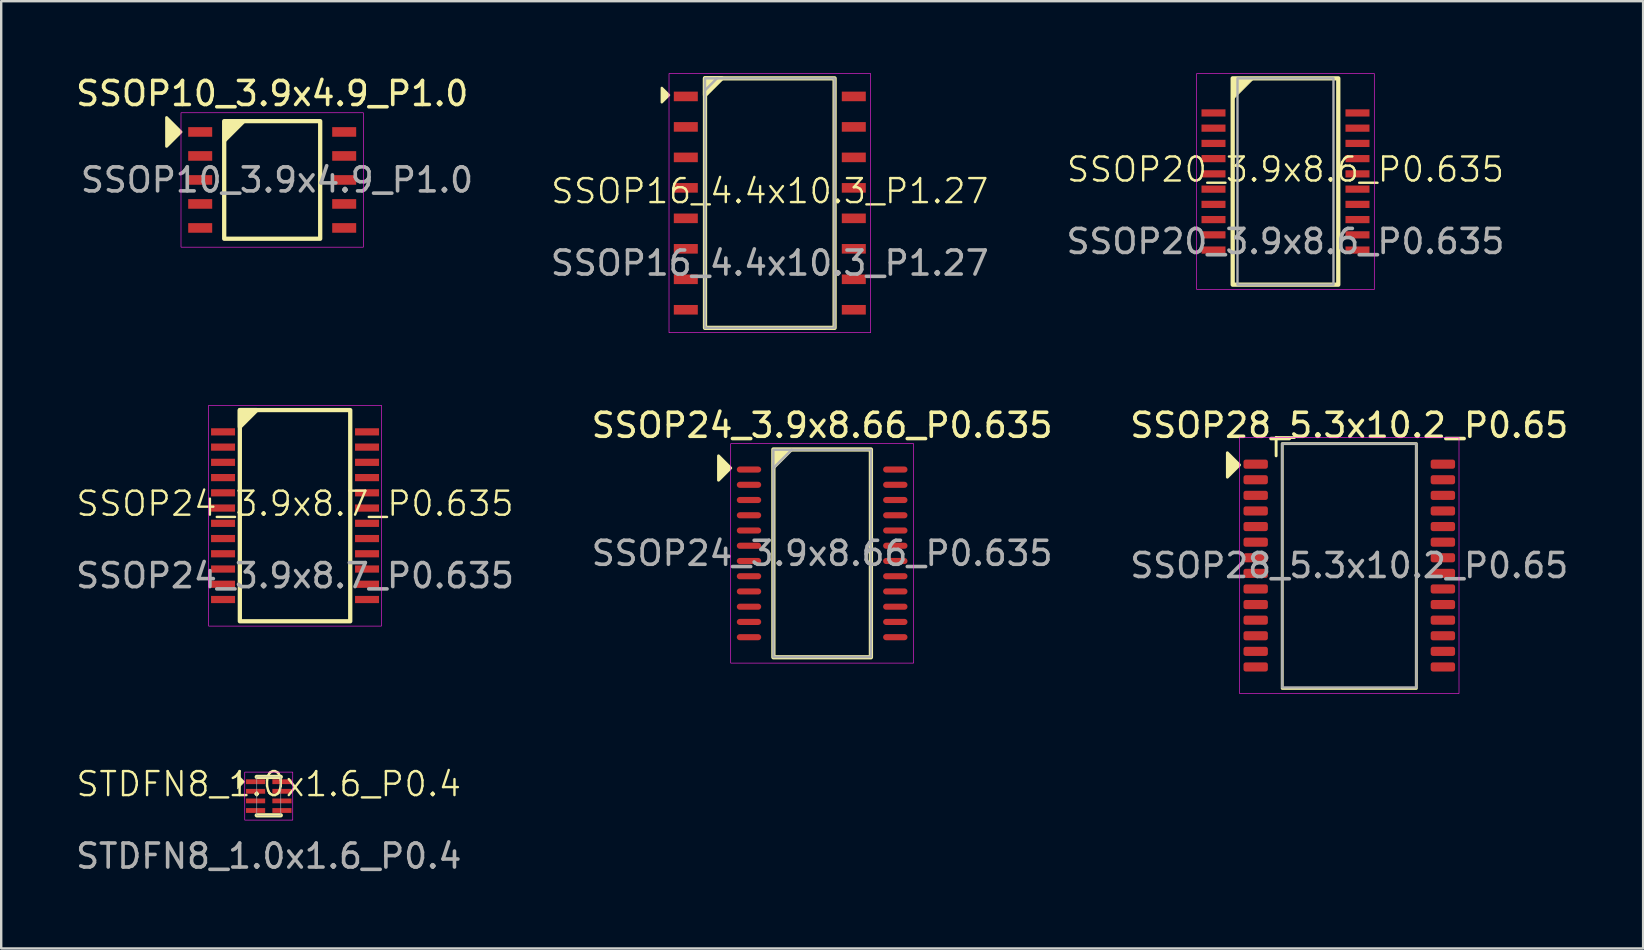
<source format=kicad_pcb>
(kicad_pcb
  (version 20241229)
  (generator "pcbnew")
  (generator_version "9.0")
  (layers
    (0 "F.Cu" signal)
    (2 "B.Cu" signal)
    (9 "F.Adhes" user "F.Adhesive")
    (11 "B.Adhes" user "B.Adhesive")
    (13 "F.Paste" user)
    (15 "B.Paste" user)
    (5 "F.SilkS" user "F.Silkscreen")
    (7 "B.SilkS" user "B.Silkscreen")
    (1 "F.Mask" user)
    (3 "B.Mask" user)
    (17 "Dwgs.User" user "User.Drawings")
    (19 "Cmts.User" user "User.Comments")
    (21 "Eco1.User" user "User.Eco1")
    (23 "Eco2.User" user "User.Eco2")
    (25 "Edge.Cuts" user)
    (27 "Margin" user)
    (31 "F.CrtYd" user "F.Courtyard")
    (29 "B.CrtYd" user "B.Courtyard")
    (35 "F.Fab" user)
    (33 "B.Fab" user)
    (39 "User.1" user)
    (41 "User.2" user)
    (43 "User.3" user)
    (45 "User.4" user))
  (footprint "SSOP24_3.9x8.7_P0.635"
    (layer "F.Cu")
    (at 9.244 18.438)
    (property "Reference" "SSOP24_3.9x8.7_P0.635" (at 0 -0.5 0) (unlocked yes) (layer "F.SilkS") (effects (font (size 1 1) (thickness 0.1))))
    (attr smd)
    (fp_rect (start -2.3 -4.4) (end 2.3 4.4) (stroke (width 0.178) (type default)) (fill no) (layer "F.SilkS"))
    (fp_poly (pts (xy -2.3 -4.4) (xy -2.3 -3.7) (xy -1.6 -4.4)) (stroke (width 0.178) (type solid)) (fill yes) (layer "F.SilkS"))
    (fp_rect (start -3.6 -4.6) (end 3.6 4.6) (stroke (width 0.025) (type default)) (fill no) (layer "F.CrtYd"))
    (fp_text user "${REFERENCE}" (at 0 2.5 0) (unlocked yes) (layer "F.Fab") (effects (font (size 1 1) (thickness 0.15))))
    (pad "1" smd rect (at -3 -3.493) (size 1 0.3) (layers "F.Cu" "F.Mask" "F.Paste"))
    (pad "2" smd rect (at -3 -2.857) (size 1 0.3) (layers "F.Cu" "F.Mask" "F.Paste"))
    (pad "3" smd rect (at -3 -2.223) (size 1 0.3) (layers "F.Cu" "F.Mask" "F.Paste"))
    (pad "4" smd rect (at -3 -1.587) (size 1 0.3) (layers "F.Cu" "F.Mask" "F.Paste"))
    (pad "5" smd rect (at -3 -0.953) (size 1 0.3) (layers "F.Cu" "F.Mask" "F.Paste"))
    (pad "6" smd rect (at -3 -0.318) (size 1 0.3) (layers "F.Cu" "F.Mask" "F.Paste"))
    (pad "7" smd rect (at -3 0.318) (size 1 0.3) (layers "F.Cu" "F.Mask" "F.Paste"))
    (pad "8" smd rect (at -3 0.953) (size 1 0.3) (layers "F.Cu" "F.Mask" "F.Paste"))
    (pad "9" smd rect (at -3 1.587) (size 1 0.3) (layers "F.Cu" "F.Mask" "F.Paste"))
    (pad "10" smd rect (at -3 2.223) (size 1 0.3) (layers "F.Cu" "F.Mask" "F.Paste"))
    (pad "11" smd rect (at -3 2.857) (size 1 0.3) (layers "F.Cu" "F.Mask" "F.Paste"))
    (pad "12" smd rect (at -3 3.493) (size 1 0.3) (layers "F.Cu" "F.Mask" "F.Paste"))
    (pad "13" smd rect (at 3 3.493) (size 1 0.3) (layers "F.Cu" "F.Mask" "F.Paste"))
    (pad "14" smd rect (at 3 2.857) (size 1 0.3) (layers "F.Cu" "F.Mask" "F.Paste"))
    (pad "15" smd rect (at 3 2.223) (size 1 0.3) (layers "F.Cu" "F.Mask" "F.Paste"))
    (pad "16" smd rect (at 3 1.587) (size 1 0.3) (layers "F.Cu" "F.Mask" "F.Paste"))
    (pad "17" smd rect (at 3 0.953) (size 1 0.3) (layers "F.Cu" "F.Mask" "F.Paste"))
    (pad "18" smd rect (at 3 0.318) (size 1 0.3) (layers "F.Cu" "F.Mask" "F.Paste"))
    (pad "19" smd rect (at 3 -0.318) (size 1 0.3) (layers "F.Cu" "F.Mask" "F.Paste"))
    (pad "20" smd rect (at 3 -0.953) (size 1 0.3) (layers "F.Cu" "F.Mask" "F.Paste"))
    (pad "21" smd rect (at 3 -1.587) (size 1 0.3) (layers "F.Cu" "F.Mask" "F.Paste"))
    (pad "22" smd rect (at 3 -2.223) (size 1 0.3) (layers "F.Cu" "F.Mask" "F.Paste"))
    (pad "23" smd rect (at 3 -2.857) (size 1 0.3) (layers "F.Cu" "F.Mask" "F.Paste"))
    (pad "24" smd rect (at 3 -3.493) (size 1 0.3) (layers "F.Cu" "F.Mask" "F.Paste")))
  (footprint "SSOP20_3.9x8.6_P0.635"
    (layer "F.Cu")
    (at 50.515 4.513)
    (property "Reference" "SSOP20_3.9x8.6_P0.635" (at 0 -0.5 0) (unlocked yes) (layer "F.SilkS") (effects (font (size 1 1) (thickness 0.1))))
    (attr smd)
    (fp_rect (start -2.2 -4.3) (end 2.2 4.3) (stroke (width 0.178) (type default)) (fill no) (layer "F.SilkS"))
    (fp_poly (pts (xy -2.2 -4.3) (xy -2.2 -3.4) (xy -1.3 -4.3)) (stroke (width 0.025) (type solid)) (fill yes) (layer "F.SilkS"))
    (fp_rect (start -3.7 -4.5) (end 3.7 4.5) (stroke (width 0.025) (type default)) (fill no) (layer "F.CrtYd"))
    (fp_rect (start -2 -4.3) (end 2 4.3) (stroke (width 0.1) (type default)) (fill no) (layer "F.Fab"))
    (fp_text user "${REFERENCE}" (at 0 2.5 0) (unlocked yes) (layer "F.Fab") (effects (font (size 1 1) (thickness 0.15))))
    (pad "1" smd rect (at -3 -2.857) (size 1 0.3) (layers "F.Cu" "F.Mask" "F.Paste"))
    (pad "2" smd rect (at -3 -2.223) (size 1 0.3) (layers "F.Cu" "F.Mask" "F.Paste"))
    (pad "3" smd rect (at -3 -1.587) (size 1 0.3) (layers "F.Cu" "F.Mask" "F.Paste"))
    (pad "4" smd rect (at -3 -0.953) (size 1 0.3) (layers "F.Cu" "F.Mask" "F.Paste"))
    (pad "5" smd rect (at -3 -0.318) (size 1 0.3) (layers "F.Cu" "F.Mask" "F.Paste"))
    (pad "6" smd rect (at -3 0.318) (size 1 0.3) (layers "F.Cu" "F.Mask" "F.Paste"))
    (pad "7" smd rect (at -3 0.953) (size 1 0.3) (layers "F.Cu" "F.Mask" "F.Paste"))
    (pad "8" smd rect (at -3 1.587) (size 1 0.3) (layers "F.Cu" "F.Mask" "F.Paste"))
    (pad "9" smd rect (at -3 2.223) (size 1 0.3) (layers "F.Cu" "F.Mask" "F.Paste"))
    (pad "10" smd rect (at -3 2.857) (size 1 0.3) (layers "F.Cu" "F.Mask" "F.Paste"))
    (pad "11" smd rect (at 3 2.857) (size 1 0.3) (layers "F.Cu" "F.Mask" "F.Paste"))
    (pad "12" smd rect (at 3 2.223) (size 1 0.3) (layers "F.Cu" "F.Mask" "F.Paste"))
    (pad "13" smd rect (at 3 1.587) (size 1 0.3) (layers "F.Cu" "F.Mask" "F.Paste"))
    (pad "14" smd rect (at 3 0.953) (size 1 0.3) (layers "F.Cu" "F.Mask" "F.Paste"))
    (pad "15" smd rect (at 3 0.318) (size 1 0.3) (layers "F.Cu" "F.Mask" "F.Paste"))
    (pad "16" smd rect (at 3 -0.318) (size 1 0.3) (layers "F.Cu" "F.Mask" "F.Paste"))
    (pad "17" smd rect (at 3 -0.953) (size 1 0.3) (layers "F.Cu" "F.Mask" "F.Paste"))
    (pad "18" smd rect (at 3 -1.587) (size 1 0.3) (layers "F.Cu" "F.Mask" "F.Paste"))
    (pad "19" smd rect (at 3 -2.223) (size 1 0.3) (layers "F.Cu" "F.Mask" "F.Paste"))
    (pad "20" smd rect (at 3 -2.857) (size 1 0.3) (layers "F.Cu" "F.Mask" "F.Paste")))
  (footprint "SSOP16_4.4x10.3_P1.27"
    (layer "F.Cu")
    (at 29.027 5.413)
    (property "Reference" "SSOP16_4.4x10.3_P1.27" (at 0 -0.5 0) (unlocked yes) (layer "F.SilkS") (effects (font (size 1 1) (thickness 0.1))))
    (attr smd)
    (fp_rect (start -2.7 -5.2) (end 2.7 5.2) (stroke (width 0.178) (type default)) (fill no) (layer "F.SilkS"))
    (fp_poly (pts (xy -4.2 -4.5) (xy -4.5 -4.8) (xy -4.5 -4.2)) (stroke (width 0.1) (type solid)) (fill yes) (layer "F.SilkS"))
    (fp_poly (pts (xy -2.7 -5.2) (xy -2.7 -4.5) (xy -2 -5.2)) (stroke (width 0.178) (type solid)) (fill yes) (layer "F.SilkS"))
    (fp_rect (start -4.2 -5.4) (end 4.2 5.4) (stroke (width 0.025) (type default)) (fill no) (layer "F.CrtYd"))
    (fp_line (start -2.7 -4.7) (end -2.2 -5.2) (stroke (width 0.1) (type default)) (layer "F.Fab"))
    (fp_rect (start -2.7 -5.2) (end 2.7 5.2) (stroke (width 0.1) (type default)) (fill no) (layer "F.Fab"))
    (fp_text user "${REFERENCE}" (at 0 2.5 0) (unlocked yes) (layer "F.Fab") (effects (font (size 1 1) (thickness 0.15))))
    (pad "1" smd rect (at -3.5 -4.445) (size 1 0.4) (layers "F.Cu" "F.Mask" "F.Paste"))
    (pad "2" smd rect (at -3.5 -3.175) (size 1 0.4) (layers "F.Cu" "F.Mask" "F.Paste"))
    (pad "3" smd rect (at -3.5 -1.905) (size 1 0.4) (layers "F.Cu" "F.Mask" "F.Paste"))
    (pad "4" smd rect (at -3.5 -0.635) (size 1 0.4) (layers "F.Cu" "F.Mask" "F.Paste"))
    (pad "5" smd rect (at -3.5 0.635) (size 1 0.4) (layers "F.Cu" "F.Mask" "F.Paste"))
    (pad "6" smd rect (at -3.5 1.905) (size 1 0.4) (layers "F.Cu" "F.Mask" "F.Paste"))
    (pad "7" smd rect (at -3.5 3.175) (size 1 0.4) (layers "F.Cu" "F.Mask" "F.Paste"))
    (pad "8" smd rect (at -3.5 4.445) (size 1 0.4) (layers "F.Cu" "F.Mask" "F.Paste"))
    (pad "9" smd rect (at 3.5 4.445) (size 1 0.4) (layers "F.Cu" "F.Mask" "F.Paste"))
    (pad "10" smd rect (at 3.5 3.175) (size 1 0.4) (layers "F.Cu" "F.Mask" "F.Paste"))
    (pad "11" smd rect (at 3.5 1.905) (size 1 0.4) (layers "F.Cu" "F.Mask" "F.Paste"))
    (pad "12" smd rect (at 3.5 0.635) (size 1 0.4) (layers "F.Cu" "F.Mask" "F.Paste"))
    (pad "13" smd rect (at 3.5 -0.635) (size 1 0.4) (layers "F.Cu" "F.Mask" "F.Paste"))
    (pad "14" smd rect (at 3.5 -1.905) (size 1 0.4) (layers "F.Cu" "F.Mask" "F.Paste"))
    (pad "15" smd rect (at 3.5 -3.175) (size 1 0.4) (layers "F.Cu" "F.Mask" "F.Paste"))
    (pad "16" smd rect (at 3.5 -4.445) (size 1 0.4) (layers "F.Cu" "F.Mask" "F.Paste")))
  (footprint "SSOP24_3.9x8.66_P0.635"
    (layer "F.Cu")
    (at 31.208 20.008)
    (property "Reference" "SSOP24_3.9x8.66_P0.635" (at 0 -5.334 0) (unlocked yes) (layer "F.SilkS") (effects (font (size 1 1) (thickness 0.15))))
    (attr smd)
    (fp_rect (start -2.032 -4.33) (end 2.032 4.33) (stroke (width 0.178) (type solid)) (fill no) (layer "F.SilkS"))
    (fp_poly (pts (xy -3.81 -3.556) (xy -4.318 -3.048) (xy -4.318 -4.064)) (stroke (width 0.12) (type solid)) (fill yes) (layer "F.SilkS"))
    (fp_poly (pts (xy -1.27 -4.318) (xy -2.032 -3.556) (xy -2.032 -4.33)) (stroke (width 0.12) (type solid)) (fill yes) (layer "F.SilkS"))
    (fp_rect (start -3.81 -4.572) (end 3.81 4.572) (stroke (width 0.025) (type solid)) (fill no) (layer "F.CrtYd"))
    (fp_line (start -2.032 -3.556) (end -1.27 -4.318) (stroke (width 0.1) (type solid)) (layer "F.Fab"))
    (fp_rect (start -2.032 -4.318) (end 2.032 4.318) (stroke (width 0.1) (type solid)) (fill no) (layer "F.Fab"))
    (fp_text user "${REFERENCE}" (at 0 0 0) (unlocked yes) (layer "F.Fab") (effects (font (size 1 1) (thickness 0.15))))
    (pad "1" smd oval (at -3.048 -3.493) (size 1.016 0.254) (layers "F.Cu" "F.Mask" "F.Paste"))
    (pad "2" smd oval (at -3.048 -2.857) (size 1.016 0.254) (layers "F.Cu" "F.Mask" "F.Paste"))
    (pad "3" smd oval (at -3.048 -2.223) (size 1.016 0.254) (layers "F.Cu" "F.Mask" "F.Paste"))
    (pad "4" smd oval (at -3.048 -1.587) (size 1.016 0.254) (layers "F.Cu" "F.Mask" "F.Paste"))
    (pad "5" smd oval (at -3.048 -0.953) (size 1.016 0.254) (layers "F.Cu" "F.Mask" "F.Paste"))
    (pad "6" smd oval (at -3.048 -0.318) (size 1.016 0.254) (layers "F.Cu" "F.Mask" "F.Paste"))
    (pad "7" smd oval (at -3.048 0.318) (size 1.016 0.254) (layers "F.Cu" "F.Mask" "F.Paste"))
    (pad "8" smd oval (at -3.048 0.953) (size 1.016 0.254) (layers "F.Cu" "F.Mask" "F.Paste"))
    (pad "9" smd oval (at -3.048 1.587) (size 1.016 0.254) (layers "F.Cu" "F.Mask" "F.Paste"))
    (pad "10" smd oval (at -3.048 2.223) (size 1.016 0.254) (layers "F.Cu" "F.Mask" "F.Paste"))
    (pad "11" smd oval (at -3.048 2.857) (size 1.016 0.254) (layers "F.Cu" "F.Mask" "F.Paste"))
    (pad "12" smd oval (at -3.048 3.493) (size 1.016 0.254) (layers "F.Cu" "F.Mask" "F.Paste"))
    (pad "13" smd oval (at 3.048 3.493) (size 1.016 0.254) (layers "F.Cu" "F.Mask" "F.Paste"))
    (pad "14" smd oval (at 3.048 2.857) (size 1.016 0.254) (layers "F.Cu" "F.Mask" "F.Paste"))
    (pad "15" smd oval (at 3.048 2.223) (size 1.016 0.254) (layers "F.Cu" "F.Mask" "F.Paste"))
    (pad "16" smd oval (at 3.048 1.587) (size 1.016 0.254) (layers "F.Cu" "F.Mask" "F.Paste"))
    (pad "17" smd oval (at 3.048 0.953) (size 1.016 0.254) (layers "F.Cu" "F.Mask" "F.Paste"))
    (pad "18" smd oval (at 3.048 0.318) (size 1.016 0.254) (layers "F.Cu" "F.Mask" "F.Paste"))
    (pad "19" smd oval (at 3.048 -0.318) (size 1.016 0.254) (layers "F.Cu" "F.Mask" "F.Paste"))
    (pad "20" smd oval (at 3.048 -0.953) (size 1.016 0.254) (layers "F.Cu" "F.Mask" "F.Paste"))
    (pad "21" smd oval (at 3.048 -1.587) (size 1.016 0.254) (layers "F.Cu" "F.Mask" "F.Paste"))
    (pad "22" smd oval (at 3.048 -2.223) (size 1.016 0.254) (layers "F.Cu" "F.Mask" "F.Paste"))
    (pad "23" smd oval (at 3.048 -2.857) (size 1.016 0.254) (layers "F.Cu" "F.Mask" "F.Paste"))
    (pad "24" smd oval (at 3.048 -3.493) (size 1.016 0.254) (layers "F.Cu" "F.Mask" "F.Paste")))
  (footprint "STDFN8_1.0x1.6_P0.4"
    (layer "F.Cu")
    (at 8.149 30.123)
    (property "Reference" "STDFN8_1.0x1.6_P0.4" (at 0 -0.5 0) (unlocked yes) (layer "F.SilkS") (effects (font (size 1 1) (thickness 0.1))))
    (attr smd)
    (fp_line (start -0.5 -0.8) (end 0.5 -0.8) (stroke (width 0.178) (type default)) (layer "F.SilkS"))
    (fp_line (start -0.5 0.8) (end 0.5 0.8) (stroke (width 0.178) (type default)) (layer "F.SilkS"))
    (fp_poly (pts (xy -1 -0.6) (xy -1.3 -0.9) (xy -1.3 -0.3)) (stroke (width 0.025) (type solid)) (fill yes) (layer "F.SilkS"))
    (fp_rect (start -1 1) (end 1 -1) (stroke (width 0.025) (type default)) (fill no) (layer "F.CrtYd"))
    (fp_rect (start -0.5 0.8) (end 0.5 -0.8) (stroke (width 0.025) (type default)) (fill no) (layer "F.Fab"))
    (fp_text user "${REFERENCE}" (at 0 2.5 0) (unlocked yes) (layer "F.Fab") (effects (font (size 1 1) (thickness 0.15))))
    (pad "1" smd rect (at -0.55 -0.6) (size 0.8 0.2) (layers "F.Cu" "F.Mask" "F.Paste"))
    (pad "2" smd rect (at -0.55 -0.2) (size 0.8 0.2) (layers "F.Cu" "F.Mask" "F.Paste"))
    (pad "3" smd rect (at -0.55 0.2) (size 0.8 0.2) (layers "F.Cu" "F.Mask" "F.Paste"))
    (pad "4" smd rect (at -0.55 0.6) (size 0.8 0.2) (layers "F.Cu" "F.Mask" "F.Paste"))
    (pad "5" smd rect (at 0.55 0.6) (size 0.8 0.2) (layers "F.Cu" "F.Mask" "F.Paste"))
    (pad "6" smd rect (at 0.55 0.2) (size 0.8 0.2) (layers "F.Cu" "F.Mask" "F.Paste"))
    (pad "7" smd rect (at 0.55 -0.2) (size 0.8 0.2) (layers "F.Cu" "F.Mask" "F.Paste"))
    (pad "8" smd rect (at 0.55 -0.6) (size 0.8 0.2) (layers "F.Cu" "F.Mask" "F.Paste")))
  (footprint "SSOP10_3.9x4.9_P1.0"
    (layer "F.Cu")
    (at 8.292 4.448)
    (property "Reference" "SSOP10_3.9x4.9_P1.0" (at 0 -3.6 0) (unlocked yes) (layer "F.SilkS") (effects (font (size 1 1) (thickness 0.15))))
    (attr smd)
    (fp_rect (start -2 -2.45) (end 2 2.45) (stroke (width 0.178) (type solid)) (fill no) (layer "F.SilkS"))
    (fp_poly (pts (xy -3.8 -2) (xy -4.4 -1.4) (xy -4.4 -2.6)) (stroke (width 0.12) (type solid)) (fill yes) (layer "F.SilkS"))
    (fp_poly (pts (xy -1.2 -2.4) (xy -2 -1.6) (xy -2 -2.45) (xy -1.2 -2.45)) (stroke (width 0.12) (type solid)) (fill yes) (layer "F.SilkS"))
    (fp_rect (start -3.8 -2.8) (end 3.8 2.8) (stroke (width 0.025) (type solid)) (fill no) (layer "F.CrtYd"))
    (fp_text user "${REFERENCE}" (at 0.2 0 0) (unlocked yes) (layer "F.Fab") (effects (font (size 1 1) (thickness 0.15))))
    (pad "1" smd rect (at -3 -2) (size 1 0.4) (layers "F.Cu" "F.Mask" "F.Paste"))
    (pad "2" smd rect (at -3 -1) (size 1 0.4) (layers "F.Cu" "F.Mask" "F.Paste"))
    (pad "3" smd rect (at -3 0) (size 1 0.4) (layers "F.Cu" "F.Mask" "F.Paste"))
    (pad "4" smd rect (at -3 1) (size 1 0.4) (layers "F.Cu" "F.Mask" "F.Paste"))
    (pad "5" smd rect (at -3 2) (size 1 0.4) (layers "F.Cu" "F.Mask" "F.Paste"))
    (pad "6" smd rect (at 3 2) (size 1 0.4) (layers "F.Cu" "F.Mask" "F.Paste"))
    (pad "7" smd rect (at 3 1) (size 1 0.4) (layers "F.Cu" "F.Mask" "F.Paste"))
    (pad "8" smd rect (at 3 0) (size 1 0.4) (layers "F.Cu" "F.Mask" "F.Paste"))
    (pad "9" smd rect (at 3 -1) (size 1 0.4) (layers "F.Cu" "F.Mask" "F.Paste"))
    (pad "10" smd rect (at 3 -2) (size 1 0.4) (layers "F.Cu" "F.Mask" "F.Paste")))
  (footprint "SSOP28_5.3x10.2_P0.65"
    (layer "F.Cu")
    (at 53.173 20.516)
    (property "Reference" "SSOP28_5.3x10.2_P0.65" (at 0 -5.842 0) (unlocked yes) (layer "F.SilkS") (effects (font (size 1 1) (thickness 0.15))))
    (attr smd)
    (fp_line (start -3.048 -5.334) (end -2.286 -5.334) (stroke (width 0.12) (type solid)) (layer "F.SilkS"))
    (fp_line (start -3.048 -4.572) (end -3.048 -5.334) (stroke (width 0.12) (type solid)) (layer "F.SilkS"))
    (fp_rect (start -2.794 -5.08) (end 2.794 5.12) (stroke (width 0.12) (type solid)) (fill no) (layer "F.SilkS"))
    (fp_poly (pts (xy -4.572 -4.191) (xy -5.08 -3.683) (xy -5.08 -4.699)) (stroke (width 0.12) (type solid)) (fill yes) (layer "F.SilkS"))
    (fp_rect (start -4.572 -5.334) (end 4.572 5.334) (stroke (width 0.025) (type solid)) (fill no) (layer "F.CrtYd"))
    (fp_rect (start -2.794 -5.08) (end 2.794 5.08) (stroke (width 0.1) (type solid)) (fill no) (layer "F.Fab"))
    (fp_text user "${REFERENCE}" (at 0 0 0) (unlocked yes) (layer "F.Fab") (effects (font (size 1 1) (thickness 0.15))))
    (pad "1" smd roundrect (at -3.9 -4.225) (size 1.016 0.381) (layers "F.Cu" "F.Mask" "F.Paste") (roundrect_rratio 0.25))
    (pad "2" smd roundrect (at -3.9 -3.575) (size 1.016 0.381) (layers "F.Cu" "F.Mask" "F.Paste") (roundrect_rratio 0.25))
    (pad "3" smd roundrect (at -3.9 -2.925) (size 1.016 0.381) (layers "F.Cu" "F.Mask" "F.Paste") (roundrect_rratio 0.25))
    (pad "4" smd roundrect (at -3.9 -2.275) (size 1.016 0.381) (layers "F.Cu" "F.Mask" "F.Paste") (roundrect_rratio 0.25))
    (pad "5" smd roundrect (at -3.9 -1.625) (size 1.016 0.381) (layers "F.Cu" "F.Mask" "F.Paste") (roundrect_rratio 0.25))
    (pad "6" smd roundrect (at -3.9 -0.975) (size 1.016 0.381) (layers "F.Cu" "F.Mask" "F.Paste") (roundrect_rratio 0.25))
    (pad "7" smd roundrect (at -3.9 -0.325) (size 1.016 0.381) (layers "F.Cu" "F.Mask" "F.Paste") (roundrect_rratio 0.25))
    (pad "8" smd roundrect (at -3.9 0.325) (size 1.016 0.381) (layers "F.Cu" "F.Mask" "F.Paste") (roundrect_rratio 0.25))
    (pad "9" smd roundrect (at -3.9 0.975) (size 1.016 0.381) (layers "F.Cu" "F.Mask" "F.Paste") (roundrect_rratio 0.25))
    (pad "10" smd roundrect (at -3.9 1.625) (size 1.016 0.381) (layers "F.Cu" "F.Mask" "F.Paste") (roundrect_rratio 0.25))
    (pad "11" smd roundrect (at -3.9 2.275) (size 1.016 0.381) (layers "F.Cu" "F.Mask" "F.Paste") (roundrect_rratio 0.25))
    (pad "12" smd roundrect (at -3.9 2.925) (size 1.016 0.381) (layers "F.Cu" "F.Mask" "F.Paste") (roundrect_rratio 0.25))
    (pad "13" smd roundrect (at -3.9 3.575) (size 1.016 0.381) (layers "F.Cu" "F.Mask" "F.Paste") (roundrect_rratio 0.25))
    (pad "14" smd roundrect (at -3.9 4.225) (size 1.016 0.381) (layers "F.Cu" "F.Mask" "F.Paste") (roundrect_rratio 0.25))
    (pad "15" smd roundrect (at 3.9 4.225) (size 1.016 0.381) (layers "F.Cu" "F.Mask" "F.Paste") (roundrect_rratio 0.25))
    (pad "16" smd roundrect (at 3.9 3.575) (size 1.016 0.381) (layers "F.Cu" "F.Mask" "F.Paste") (roundrect_rratio 0.25))
    (pad "17" smd roundrect (at 3.9 2.925) (size 1.016 0.381) (layers "F.Cu" "F.Mask" "F.Paste") (roundrect_rratio 0.25))
    (pad "18" smd roundrect (at 3.9 2.275) (size 1.016 0.381) (layers "F.Cu" "F.Mask" "F.Paste") (roundrect_rratio 0.25))
    (pad "19" smd roundrect (at 3.9 1.625) (size 1.016 0.381) (layers "F.Cu" "F.Mask" "F.Paste") (roundrect_rratio 0.25))
    (pad "20" smd roundrect (at 3.9 0.975) (size 1.016 0.381) (layers "F.Cu" "F.Mask" "F.Paste") (roundrect_rratio 0.25))
    (pad "21" smd roundrect (at 3.9 0.325) (size 1.016 0.381) (layers "F.Cu" "F.Mask" "F.Paste") (roundrect_rratio 0.25))
    (pad "22" smd roundrect (at 3.9 -0.325) (size 1.016 0.381) (layers "F.Cu" "F.Mask" "F.Paste") (roundrect_rratio 0.25))
    (pad "23" smd roundrect (at 3.9 -0.975) (size 1.016 0.381) (layers "F.Cu" "F.Mask" "F.Paste") (roundrect_rratio 0.25))
    (pad "24" smd roundrect (at 3.9 -1.625) (size 1.016 0.381) (layers "F.Cu" "F.Mask" "F.Paste") (roundrect_rratio 0.25))
    (pad "25" smd roundrect (at 3.9 -2.275) (size 1.016 0.381) (layers "F.Cu" "F.Mask" "F.Paste") (roundrect_rratio 0.25))
    (pad "26" smd roundrect (at 3.9 -2.925) (size 1.016 0.381) (layers "F.Cu" "F.Mask" "F.Paste") (roundrect_rratio 0.25))
    (pad "27" smd roundrect (at 3.9 -3.575) (size 1.016 0.381) (layers "F.Cu" "F.Mask" "F.Paste") (roundrect_rratio 0.25))
    (pad "28" smd roundrect (at 3.9 -4.225) (size 1.016 0.381) (layers "F.Cu" "F.Mask" "F.Paste") (roundrect_rratio 0.25)))
  (gr_rect
    (start -3 -3)
    (end 65.417 36.471)
    (stroke (width 0.1) (type default))
    (fill no)
    (layer "Edge.Cuts")))
</source>
